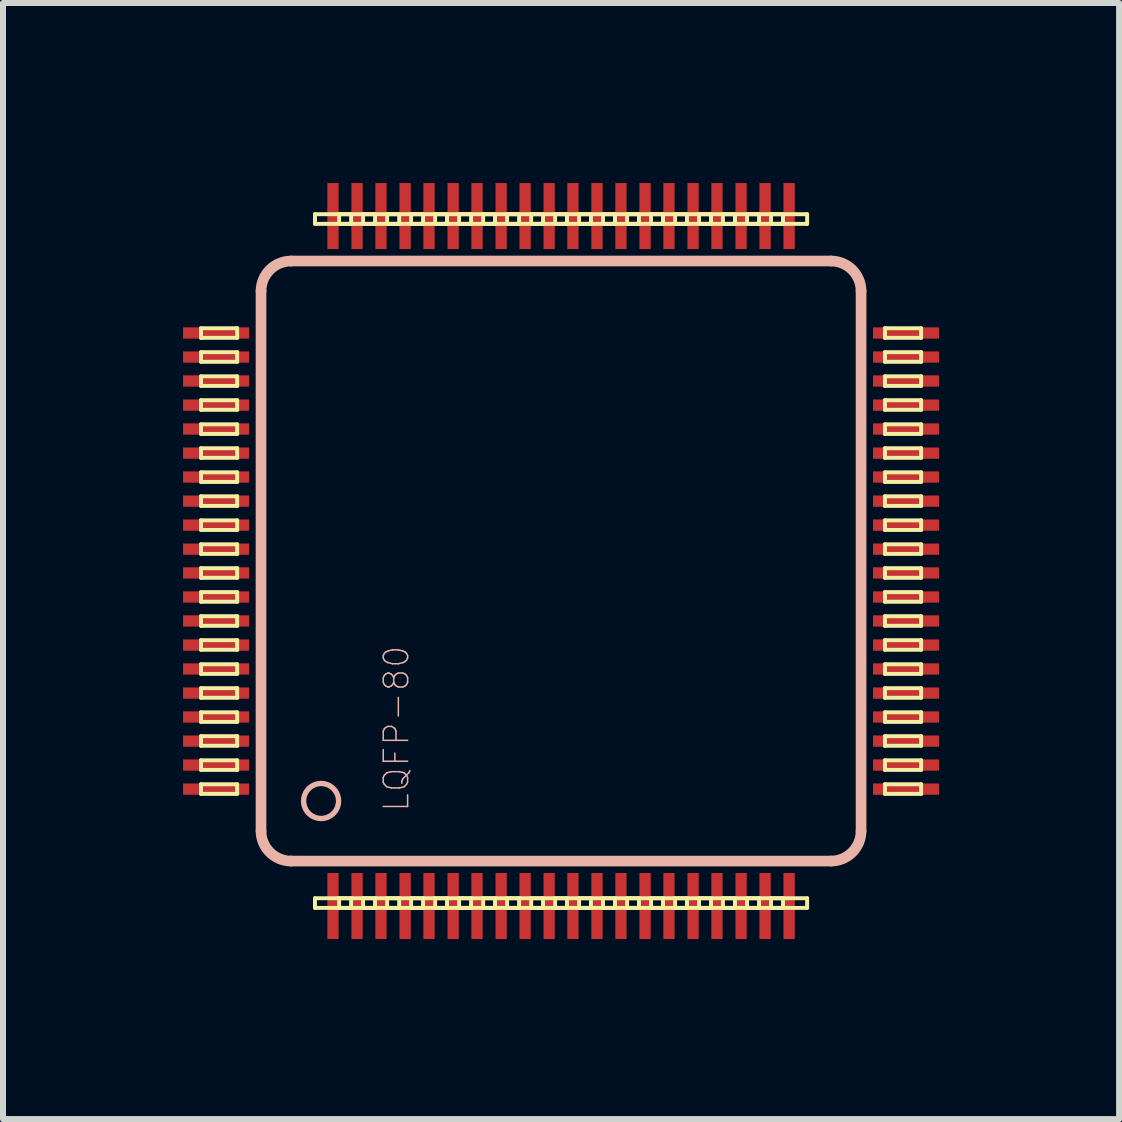
<source format=kicad_pcb>
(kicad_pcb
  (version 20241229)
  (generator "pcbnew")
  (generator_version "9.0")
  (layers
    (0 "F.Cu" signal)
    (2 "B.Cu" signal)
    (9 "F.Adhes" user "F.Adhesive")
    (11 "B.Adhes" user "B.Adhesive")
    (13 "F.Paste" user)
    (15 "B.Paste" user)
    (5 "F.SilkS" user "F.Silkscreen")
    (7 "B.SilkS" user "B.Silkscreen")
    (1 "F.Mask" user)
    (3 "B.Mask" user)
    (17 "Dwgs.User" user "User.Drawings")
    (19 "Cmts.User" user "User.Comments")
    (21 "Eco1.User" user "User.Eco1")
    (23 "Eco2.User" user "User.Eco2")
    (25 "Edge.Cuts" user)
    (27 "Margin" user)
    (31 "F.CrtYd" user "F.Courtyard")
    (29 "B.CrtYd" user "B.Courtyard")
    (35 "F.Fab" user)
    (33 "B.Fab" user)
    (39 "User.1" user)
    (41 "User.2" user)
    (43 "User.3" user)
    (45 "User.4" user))
  (footprint "LQFP-80"
    (layer "F.Cu")
    (at 6.298 6.298)
    (property "Reference" "LQFP-80" (at -2.743 2.794 90) (layer "B.SilkS") (effects (font (size 0.406 0.406) (thickness 0.025))))
    (attr smd)
    (fp_line (start -5.999 -3.879) (end -5.397 -3.879) (stroke (width 0.066) (type solid)) (layer "F.SilkS"))
    (fp_line (start -5.999 -3.719) (end -5.999 -3.879) (stroke (width 0.066) (type solid)) (layer "F.SilkS"))
    (fp_line (start -5.999 -3.719) (end -5.397 -3.719) (stroke (width 0.066) (type solid)) (layer "F.SilkS"))
    (fp_line (start -5.999 -3.48) (end -5.397 -3.48) (stroke (width 0.066) (type solid)) (layer "F.SilkS"))
    (fp_line (start -5.999 -3.32) (end -5.999 -3.48) (stroke (width 0.066) (type solid)) (layer "F.SilkS"))
    (fp_line (start -5.999 -3.32) (end -5.397 -3.32) (stroke (width 0.066) (type solid)) (layer "F.SilkS"))
    (fp_line (start -5.999 -3.078) (end -5.397 -3.078) (stroke (width 0.066) (type solid)) (layer "F.SilkS"))
    (fp_line (start -5.999 -2.918) (end -5.999 -3.078) (stroke (width 0.066) (type solid)) (layer "F.SilkS"))
    (fp_line (start -5.999 -2.918) (end -5.397 -2.918) (stroke (width 0.066) (type solid)) (layer "F.SilkS"))
    (fp_line (start -5.999 -2.68) (end -5.397 -2.68) (stroke (width 0.066) (type solid)) (layer "F.SilkS"))
    (fp_line (start -5.999 -2.52) (end -5.999 -2.68) (stroke (width 0.066) (type solid)) (layer "F.SilkS"))
    (fp_line (start -5.999 -2.52) (end -5.397 -2.52) (stroke (width 0.066) (type solid)) (layer "F.SilkS"))
    (fp_line (start -5.999 -2.278) (end -5.397 -2.278) (stroke (width 0.066) (type solid)) (layer "F.SilkS"))
    (fp_line (start -5.999 -2.118) (end -5.999 -2.278) (stroke (width 0.066) (type solid)) (layer "F.SilkS"))
    (fp_line (start -5.999 -2.118) (end -5.397 -2.118) (stroke (width 0.066) (type solid)) (layer "F.SilkS"))
    (fp_line (start -5.999 -1.88) (end -5.397 -1.88) (stroke (width 0.066) (type solid)) (layer "F.SilkS"))
    (fp_line (start -5.999 -1.72) (end -5.999 -1.88) (stroke (width 0.066) (type solid)) (layer "F.SilkS"))
    (fp_line (start -5.999 -1.72) (end -5.397 -1.72) (stroke (width 0.066) (type solid)) (layer "F.SilkS"))
    (fp_line (start -5.999 -1.478) (end -5.397 -1.478) (stroke (width 0.066) (type solid)) (layer "F.SilkS"))
    (fp_line (start -5.999 -1.318) (end -5.999 -1.478) (stroke (width 0.066) (type solid)) (layer "F.SilkS"))
    (fp_line (start -5.999 -1.318) (end -5.397 -1.318) (stroke (width 0.066) (type solid)) (layer "F.SilkS"))
    (fp_line (start -5.999 -1.079) (end -5.397 -1.079) (stroke (width 0.066) (type solid)) (layer "F.SilkS"))
    (fp_line (start -5.999 -0.919) (end -5.999 -1.079) (stroke (width 0.066) (type solid)) (layer "F.SilkS"))
    (fp_line (start -5.999 -0.919) (end -5.397 -0.919) (stroke (width 0.066) (type solid)) (layer "F.SilkS"))
    (fp_line (start -5.999 -0.678) (end -5.397 -0.678) (stroke (width 0.066) (type solid)) (layer "F.SilkS"))
    (fp_line (start -5.999 -0.518) (end -5.999 -0.678) (stroke (width 0.066) (type solid)) (layer "F.SilkS"))
    (fp_line (start -5.999 -0.518) (end -5.397 -0.518) (stroke (width 0.066) (type solid)) (layer "F.SilkS"))
    (fp_line (start -5.999 -0.279) (end -5.397 -0.279) (stroke (width 0.066) (type solid)) (layer "F.SilkS"))
    (fp_line (start -5.999 -0.119) (end -5.999 -0.279) (stroke (width 0.066) (type solid)) (layer "F.SilkS"))
    (fp_line (start -5.999 -0.119) (end -5.397 -0.119) (stroke (width 0.066) (type solid)) (layer "F.SilkS"))
    (fp_line (start -5.999 0.119) (end -5.397 0.119) (stroke (width 0.066) (type solid)) (layer "F.SilkS"))
    (fp_line (start -5.999 0.279) (end -5.999 0.119) (stroke (width 0.066) (type solid)) (layer "F.SilkS"))
    (fp_line (start -5.999 0.279) (end -5.397 0.279) (stroke (width 0.066) (type solid)) (layer "F.SilkS"))
    (fp_line (start -5.999 0.518) (end -5.397 0.518) (stroke (width 0.066) (type solid)) (layer "F.SilkS"))
    (fp_line (start -5.999 0.678) (end -5.999 0.518) (stroke (width 0.066) (type solid)) (layer "F.SilkS"))
    (fp_line (start -5.999 0.678) (end -5.397 0.678) (stroke (width 0.066) (type solid)) (layer "F.SilkS"))
    (fp_line (start -5.999 0.919) (end -5.397 0.919) (stroke (width 0.066) (type solid)) (layer "F.SilkS"))
    (fp_line (start -5.999 1.079) (end -5.999 0.919) (stroke (width 0.066) (type solid)) (layer "F.SilkS"))
    (fp_line (start -5.999 1.079) (end -5.397 1.079) (stroke (width 0.066) (type solid)) (layer "F.SilkS"))
    (fp_line (start -5.999 1.318) (end -5.397 1.318) (stroke (width 0.066) (type solid)) (layer "F.SilkS"))
    (fp_line (start -5.999 1.478) (end -5.999 1.318) (stroke (width 0.066) (type solid)) (layer "F.SilkS"))
    (fp_line (start -5.999 1.478) (end -5.397 1.478) (stroke (width 0.066) (type solid)) (layer "F.SilkS"))
    (fp_line (start -5.999 1.72) (end -5.397 1.72) (stroke (width 0.066) (type solid)) (layer "F.SilkS"))
    (fp_line (start -5.999 1.88) (end -5.999 1.72) (stroke (width 0.066) (type solid)) (layer "F.SilkS"))
    (fp_line (start -5.999 1.88) (end -5.397 1.88) (stroke (width 0.066) (type solid)) (layer "F.SilkS"))
    (fp_line (start -5.999 2.118) (end -5.397 2.118) (stroke (width 0.066) (type solid)) (layer "F.SilkS"))
    (fp_line (start -5.999 2.278) (end -5.999 2.118) (stroke (width 0.066) (type solid)) (layer "F.SilkS"))
    (fp_line (start -5.999 2.278) (end -5.397 2.278) (stroke (width 0.066) (type solid)) (layer "F.SilkS"))
    (fp_line (start -5.999 2.52) (end -5.397 2.52) (stroke (width 0.066) (type solid)) (layer "F.SilkS"))
    (fp_line (start -5.999 2.68) (end -5.999 2.52) (stroke (width 0.066) (type solid)) (layer "F.SilkS"))
    (fp_line (start -5.999 2.68) (end -5.397 2.68) (stroke (width 0.066) (type solid)) (layer "F.SilkS"))
    (fp_line (start -5.999 2.918) (end -5.397 2.918) (stroke (width 0.066) (type solid)) (layer "F.SilkS"))
    (fp_line (start -5.999 3.078) (end -5.999 2.918) (stroke (width 0.066) (type solid)) (layer "F.SilkS"))
    (fp_line (start -5.999 3.078) (end -5.397 3.078) (stroke (width 0.066) (type solid)) (layer "F.SilkS"))
    (fp_line (start -5.999 3.32) (end -5.397 3.32) (stroke (width 0.066) (type solid)) (layer "F.SilkS"))
    (fp_line (start -5.999 3.48) (end -5.999 3.32) (stroke (width 0.066) (type solid)) (layer "F.SilkS"))
    (fp_line (start -5.999 3.48) (end -5.397 3.48) (stroke (width 0.066) (type solid)) (layer "F.SilkS"))
    (fp_line (start -5.999 3.719) (end -5.397 3.719) (stroke (width 0.066) (type solid)) (layer "F.SilkS"))
    (fp_line (start -5.999 3.879) (end -5.999 3.719) (stroke (width 0.066) (type solid)) (layer "F.SilkS"))
    (fp_line (start -5.999 3.879) (end -5.397 3.879) (stroke (width 0.066) (type solid)) (layer "F.SilkS"))
    (fp_line (start -5.397 -3.719) (end -5.397 -3.879) (stroke (width 0.066) (type solid)) (layer "F.SilkS"))
    (fp_line (start -5.397 -3.32) (end -5.397 -3.48) (stroke (width 0.066) (type solid)) (layer "F.SilkS"))
    (fp_line (start -5.397 -2.918) (end -5.397 -3.078) (stroke (width 0.066) (type solid)) (layer "F.SilkS"))
    (fp_line (start -5.397 -2.52) (end -5.397 -2.68) (stroke (width 0.066) (type solid)) (layer "F.SilkS"))
    (fp_line (start -5.397 -2.118) (end -5.397 -2.278) (stroke (width 0.066) (type solid)) (layer "F.SilkS"))
    (fp_line (start -5.397 -1.72) (end -5.397 -1.88) (stroke (width 0.066) (type solid)) (layer "F.SilkS"))
    (fp_line (start -5.397 -1.318) (end -5.397 -1.478) (stroke (width 0.066) (type solid)) (layer "F.SilkS"))
    (fp_line (start -5.397 -0.919) (end -5.397 -1.079) (stroke (width 0.066) (type solid)) (layer "F.SilkS"))
    (fp_line (start -5.397 -0.518) (end -5.397 -0.678) (stroke (width 0.066) (type solid)) (layer "F.SilkS"))
    (fp_line (start -5.397 -0.119) (end -5.397 -0.279) (stroke (width 0.066) (type solid)) (layer "F.SilkS"))
    (fp_line (start -5.397 0.279) (end -5.397 0.119) (stroke (width 0.066) (type solid)) (layer "F.SilkS"))
    (fp_line (start -5.397 0.678) (end -5.397 0.518) (stroke (width 0.066) (type solid)) (layer "F.SilkS"))
    (fp_line (start -5.397 1.079) (end -5.397 0.919) (stroke (width 0.066) (type solid)) (layer "F.SilkS"))
    (fp_line (start -5.397 1.478) (end -5.397 1.318) (stroke (width 0.066) (type solid)) (layer "F.SilkS"))
    (fp_line (start -5.397 1.88) (end -5.397 1.72) (stroke (width 0.066) (type solid)) (layer "F.SilkS"))
    (fp_line (start -5.397 2.278) (end -5.397 2.118) (stroke (width 0.066) (type solid)) (layer "F.SilkS"))
    (fp_line (start -5.397 2.68) (end -5.397 2.52) (stroke (width 0.066) (type solid)) (layer "F.SilkS"))
    (fp_line (start -5.397 3.078) (end -5.397 2.918) (stroke (width 0.066) (type solid)) (layer "F.SilkS"))
    (fp_line (start -5.397 3.48) (end -5.397 3.32) (stroke (width 0.066) (type solid)) (layer "F.SilkS"))
    (fp_line (start -5.397 3.879) (end -5.397 3.719) (stroke (width 0.066) (type solid)) (layer "F.SilkS"))
    (fp_line (start -4.1 -5.779) (end -3.498 -5.779) (stroke (width 0.066) (type solid)) (layer "F.SilkS"))
    (fp_line (start -4.1 -5.618) (end -4.1 -5.779) (stroke (width 0.066) (type solid)) (layer "F.SilkS"))
    (fp_line (start -4.1 -5.618) (end -3.498 -5.618) (stroke (width 0.066) (type solid)) (layer "F.SilkS"))
    (fp_line (start -4.1 5.618) (end -3.498 5.618) (stroke (width 0.066) (type solid)) (layer "F.SilkS"))
    (fp_line (start -4.1 5.779) (end -4.1 5.618) (stroke (width 0.066) (type solid)) (layer "F.SilkS"))
    (fp_line (start -4.1 5.779) (end -3.498 5.779) (stroke (width 0.066) (type solid)) (layer "F.SilkS"))
    (fp_line (start -3.698 -5.779) (end -3.099 -5.779) (stroke (width 0.066) (type solid)) (layer "F.SilkS"))
    (fp_line (start -3.698 -5.618) (end -3.698 -5.779) (stroke (width 0.066) (type solid)) (layer "F.SilkS"))
    (fp_line (start -3.698 -5.618) (end -3.099 -5.618) (stroke (width 0.066) (type solid)) (layer "F.SilkS"))
    (fp_line (start -3.698 5.618) (end -3.099 5.618) (stroke (width 0.066) (type solid)) (layer "F.SilkS"))
    (fp_line (start -3.698 5.779) (end -3.698 5.618) (stroke (width 0.066) (type solid)) (layer "F.SilkS"))
    (fp_line (start -3.698 5.779) (end -3.099 5.779) (stroke (width 0.066) (type solid)) (layer "F.SilkS"))
    (fp_line (start -3.498 -5.618) (end -3.498 -5.779) (stroke (width 0.066) (type solid)) (layer "F.SilkS"))
    (fp_line (start -3.498 5.779) (end -3.498 5.618) (stroke (width 0.066) (type solid)) (layer "F.SilkS"))
    (fp_line (start -3.299 -5.779) (end -2.697 -5.779) (stroke (width 0.066) (type solid)) (layer "F.SilkS"))
    (fp_line (start -3.299 -5.618) (end -3.299 -5.779) (stroke (width 0.066) (type solid)) (layer "F.SilkS"))
    (fp_line (start -3.299 -5.618) (end -2.697 -5.618) (stroke (width 0.066) (type solid)) (layer "F.SilkS"))
    (fp_line (start -3.299 5.618) (end -2.697 5.618) (stroke (width 0.066) (type solid)) (layer "F.SilkS"))
    (fp_line (start -3.299 5.779) (end -3.299 5.618) (stroke (width 0.066) (type solid)) (layer "F.SilkS"))
    (fp_line (start -3.299 5.779) (end -2.697 5.779) (stroke (width 0.066) (type solid)) (layer "F.SilkS"))
    (fp_line (start -3.099 -5.618) (end -3.099 -5.779) (stroke (width 0.066) (type solid)) (layer "F.SilkS"))
    (fp_line (start -3.099 5.779) (end -3.099 5.618) (stroke (width 0.066) (type solid)) (layer "F.SilkS"))
    (fp_line (start -2.898 -5.779) (end -2.299 -5.779) (stroke (width 0.066) (type solid)) (layer "F.SilkS"))
    (fp_line (start -2.898 -5.618) (end -2.898 -5.779) (stroke (width 0.066) (type solid)) (layer "F.SilkS"))
    (fp_line (start -2.898 -5.618) (end -2.299 -5.618) (stroke (width 0.066) (type solid)) (layer "F.SilkS"))
    (fp_line (start -2.898 5.618) (end -2.299 5.618) (stroke (width 0.066) (type solid)) (layer "F.SilkS"))
    (fp_line (start -2.898 5.779) (end -2.898 5.618) (stroke (width 0.066) (type solid)) (layer "F.SilkS"))
    (fp_line (start -2.898 5.779) (end -2.299 5.779) (stroke (width 0.066) (type solid)) (layer "F.SilkS"))
    (fp_line (start -2.697 -5.618) (end -2.697 -5.779) (stroke (width 0.066) (type solid)) (layer "F.SilkS"))
    (fp_line (start -2.697 5.779) (end -2.697 5.618) (stroke (width 0.066) (type solid)) (layer "F.SilkS"))
    (fp_line (start -2.499 -5.779) (end -1.9 -5.779) (stroke (width 0.066) (type solid)) (layer "F.SilkS"))
    (fp_line (start -2.499 -5.618) (end -2.499 -5.779) (stroke (width 0.066) (type solid)) (layer "F.SilkS"))
    (fp_line (start -2.499 -5.618) (end -1.9 -5.618) (stroke (width 0.066) (type solid)) (layer "F.SilkS"))
    (fp_line (start -2.499 5.618) (end -1.9 5.618) (stroke (width 0.066) (type solid)) (layer "F.SilkS"))
    (fp_line (start -2.499 5.779) (end -2.499 5.618) (stroke (width 0.066) (type solid)) (layer "F.SilkS"))
    (fp_line (start -2.499 5.779) (end -1.9 5.779) (stroke (width 0.066) (type solid)) (layer "F.SilkS"))
    (fp_line (start -2.299 -5.618) (end -2.299 -5.779) (stroke (width 0.066) (type solid)) (layer "F.SilkS"))
    (fp_line (start -2.299 5.779) (end -2.299 5.618) (stroke (width 0.066) (type solid)) (layer "F.SilkS"))
    (fp_line (start -2.098 -5.779) (end -1.499 -5.779) (stroke (width 0.066) (type solid)) (layer "F.SilkS"))
    (fp_line (start -2.098 -5.618) (end -2.098 -5.779) (stroke (width 0.066) (type solid)) (layer "F.SilkS"))
    (fp_line (start -2.098 -5.618) (end -1.499 -5.618) (stroke (width 0.066) (type solid)) (layer "F.SilkS"))
    (fp_line (start -2.098 5.618) (end -1.499 5.618) (stroke (width 0.066) (type solid)) (layer "F.SilkS"))
    (fp_line (start -2.098 5.779) (end -2.098 5.618) (stroke (width 0.066) (type solid)) (layer "F.SilkS"))
    (fp_line (start -2.098 5.779) (end -1.499 5.779) (stroke (width 0.066) (type solid)) (layer "F.SilkS"))
    (fp_line (start -1.9 -5.618) (end -1.9 -5.779) (stroke (width 0.066) (type solid)) (layer "F.SilkS"))
    (fp_line (start -1.9 5.779) (end -1.9 5.618) (stroke (width 0.066) (type solid)) (layer "F.SilkS"))
    (fp_line (start -1.699 -5.779) (end -1.1 -5.779) (stroke (width 0.066) (type solid)) (layer "F.SilkS"))
    (fp_line (start -1.699 -5.618) (end -1.699 -5.779) (stroke (width 0.066) (type solid)) (layer "F.SilkS"))
    (fp_line (start -1.699 -5.618) (end -1.1 -5.618) (stroke (width 0.066) (type solid)) (layer "F.SilkS"))
    (fp_line (start -1.699 5.618) (end -1.1 5.618) (stroke (width 0.066) (type solid)) (layer "F.SilkS"))
    (fp_line (start -1.699 5.779) (end -1.699 5.618) (stroke (width 0.066) (type solid)) (layer "F.SilkS"))
    (fp_line (start -1.699 5.779) (end -1.1 5.779) (stroke (width 0.066) (type solid)) (layer "F.SilkS"))
    (fp_line (start -1.499 -5.618) (end -1.499 -5.779) (stroke (width 0.066) (type solid)) (layer "F.SilkS"))
    (fp_line (start -1.499 5.779) (end -1.499 5.618) (stroke (width 0.066) (type solid)) (layer "F.SilkS"))
    (fp_line (start -1.298 -5.779) (end -0.699 -5.779) (stroke (width 0.066) (type solid)) (layer "F.SilkS"))
    (fp_line (start -1.298 -5.618) (end -1.298 -5.779) (stroke (width 0.066) (type solid)) (layer "F.SilkS"))
    (fp_line (start -1.298 -5.618) (end -0.699 -5.618) (stroke (width 0.066) (type solid)) (layer "F.SilkS"))
    (fp_line (start -1.298 5.618) (end -0.699 5.618) (stroke (width 0.066) (type solid)) (layer "F.SilkS"))
    (fp_line (start -1.298 5.779) (end -1.298 5.618) (stroke (width 0.066) (type solid)) (layer "F.SilkS"))
    (fp_line (start -1.298 5.779) (end -0.699 5.779) (stroke (width 0.066) (type solid)) (layer "F.SilkS"))
    (fp_line (start -1.1 -5.618) (end -1.1 -5.779) (stroke (width 0.066) (type solid)) (layer "F.SilkS"))
    (fp_line (start -1.1 5.779) (end -1.1 5.618) (stroke (width 0.066) (type solid)) (layer "F.SilkS"))
    (fp_line (start -0.899 -5.779) (end -0.3 -5.779) (stroke (width 0.066) (type solid)) (layer "F.SilkS"))
    (fp_line (start -0.899 -5.618) (end -0.899 -5.779) (stroke (width 0.066) (type solid)) (layer "F.SilkS"))
    (fp_line (start -0.899 -5.618) (end -0.3 -5.618) (stroke (width 0.066) (type solid)) (layer "F.SilkS"))
    (fp_line (start -0.899 5.618) (end -0.3 5.618) (stroke (width 0.066) (type solid)) (layer "F.SilkS"))
    (fp_line (start -0.899 5.779) (end -0.899 5.618) (stroke (width 0.066) (type solid)) (layer "F.SilkS"))
    (fp_line (start -0.899 5.779) (end -0.3 5.779) (stroke (width 0.066) (type solid)) (layer "F.SilkS"))
    (fp_line (start -0.699 -5.618) (end -0.699 -5.779) (stroke (width 0.066) (type solid)) (layer "F.SilkS"))
    (fp_line (start -0.699 5.779) (end -0.699 5.618) (stroke (width 0.066) (type solid)) (layer "F.SilkS"))
    (fp_line (start -0.498 -5.779) (end 0.099 -5.779) (stroke (width 0.066) (type solid)) (layer "F.SilkS"))
    (fp_line (start -0.498 -5.618) (end -0.498 -5.779) (stroke (width 0.066) (type solid)) (layer "F.SilkS"))
    (fp_line (start -0.498 -5.618) (end 0.099 -5.618) (stroke (width 0.066) (type solid)) (layer "F.SilkS"))
    (fp_line (start -0.498 5.618) (end 0.099 5.618) (stroke (width 0.066) (type solid)) (layer "F.SilkS"))
    (fp_line (start -0.498 5.779) (end -0.498 5.618) (stroke (width 0.066) (type solid)) (layer "F.SilkS"))
    (fp_line (start -0.498 5.779) (end 0.099 5.779) (stroke (width 0.066) (type solid)) (layer "F.SilkS"))
    (fp_line (start -0.3 -5.618) (end -0.3 -5.779) (stroke (width 0.066) (type solid)) (layer "F.SilkS"))
    (fp_line (start -0.3 5.779) (end -0.3 5.618) (stroke (width 0.066) (type solid)) (layer "F.SilkS"))
    (fp_line (start -0.099 -5.779) (end 0.498 -5.779) (stroke (width 0.066) (type solid)) (layer "F.SilkS"))
    (fp_line (start -0.099 -5.618) (end -0.099 -5.779) (stroke (width 0.066) (type solid)) (layer "F.SilkS"))
    (fp_line (start -0.099 -5.618) (end 0.498 -5.618) (stroke (width 0.066) (type solid)) (layer "F.SilkS"))
    (fp_line (start -0.099 5.618) (end 0.498 5.618) (stroke (width 0.066) (type solid)) (layer "F.SilkS"))
    (fp_line (start -0.099 5.779) (end -0.099 5.618) (stroke (width 0.066) (type solid)) (layer "F.SilkS"))
    (fp_line (start -0.099 5.779) (end 0.498 5.779) (stroke (width 0.066) (type solid)) (layer "F.SilkS"))
    (fp_line (start 0.099 -5.618) (end 0.099 -5.779) (stroke (width 0.066) (type solid)) (layer "F.SilkS"))
    (fp_line (start 0.099 5.779) (end 0.099 5.618) (stroke (width 0.066) (type solid)) (layer "F.SilkS"))
    (fp_line (start 0.3 -5.779) (end 0.899 -5.779) (stroke (width 0.066) (type solid)) (layer "F.SilkS"))
    (fp_line (start 0.3 -5.618) (end 0.3 -5.779) (stroke (width 0.066) (type solid)) (layer "F.SilkS"))
    (fp_line (start 0.3 -5.618) (end 0.899 -5.618) (stroke (width 0.066) (type solid)) (layer "F.SilkS"))
    (fp_line (start 0.3 5.618) (end 0.899 5.618) (stroke (width 0.066) (type solid)) (layer "F.SilkS"))
    (fp_line (start 0.3 5.779) (end 0.3 5.618) (stroke (width 0.066) (type solid)) (layer "F.SilkS"))
    (fp_line (start 0.3 5.779) (end 0.899 5.779) (stroke (width 0.066) (type solid)) (layer "F.SilkS"))
    (fp_line (start 0.498 -5.618) (end 0.498 -5.779) (stroke (width 0.066) (type solid)) (layer "F.SilkS"))
    (fp_line (start 0.498 5.779) (end 0.498 5.618) (stroke (width 0.066) (type solid)) (layer "F.SilkS"))
    (fp_line (start 0.699 -5.779) (end 1.298 -5.779) (stroke (width 0.066) (type solid)) (layer "F.SilkS"))
    (fp_line (start 0.699 -5.618) (end 0.699 -5.779) (stroke (width 0.066) (type solid)) (layer "F.SilkS"))
    (fp_line (start 0.699 -5.618) (end 1.298 -5.618) (stroke (width 0.066) (type solid)) (layer "F.SilkS"))
    (fp_line (start 0.699 5.618) (end 1.298 5.618) (stroke (width 0.066) (type solid)) (layer "F.SilkS"))
    (fp_line (start 0.699 5.779) (end 0.699 5.618) (stroke (width 0.066) (type solid)) (layer "F.SilkS"))
    (fp_line (start 0.699 5.779) (end 1.298 5.779) (stroke (width 0.066) (type solid)) (layer "F.SilkS"))
    (fp_line (start 0.899 -5.618) (end 0.899 -5.779) (stroke (width 0.066) (type solid)) (layer "F.SilkS"))
    (fp_line (start 0.899 5.779) (end 0.899 5.618) (stroke (width 0.066) (type solid)) (layer "F.SilkS"))
    (fp_line (start 1.1 -5.779) (end 1.699 -5.779) (stroke (width 0.066) (type solid)) (layer "F.SilkS"))
    (fp_line (start 1.1 -5.618) (end 1.1 -5.779) (stroke (width 0.066) (type solid)) (layer "F.SilkS"))
    (fp_line (start 1.1 -5.618) (end 1.699 -5.618) (stroke (width 0.066) (type solid)) (layer "F.SilkS"))
    (fp_line (start 1.1 5.618) (end 1.699 5.618) (stroke (width 0.066) (type solid)) (layer "F.SilkS"))
    (fp_line (start 1.1 5.779) (end 1.1 5.618) (stroke (width 0.066) (type solid)) (layer "F.SilkS"))
    (fp_line (start 1.1 5.779) (end 1.699 5.779) (stroke (width 0.066) (type solid)) (layer "F.SilkS"))
    (fp_line (start 1.298 -5.618) (end 1.298 -5.779) (stroke (width 0.066) (type solid)) (layer "F.SilkS"))
    (fp_line (start 1.298 5.779) (end 1.298 5.618) (stroke (width 0.066) (type solid)) (layer "F.SilkS"))
    (fp_line (start 1.499 -5.779) (end 2.098 -5.779) (stroke (width 0.066) (type solid)) (layer "F.SilkS"))
    (fp_line (start 1.499 -5.618) (end 1.499 -5.779) (stroke (width 0.066) (type solid)) (layer "F.SilkS"))
    (fp_line (start 1.499 -5.618) (end 2.098 -5.618) (stroke (width 0.066) (type solid)) (layer "F.SilkS"))
    (fp_line (start 1.499 5.618) (end 2.098 5.618) (stroke (width 0.066) (type solid)) (layer "F.SilkS"))
    (fp_line (start 1.499 5.779) (end 1.499 5.618) (stroke (width 0.066) (type solid)) (layer "F.SilkS"))
    (fp_line (start 1.499 5.779) (end 2.098 5.779) (stroke (width 0.066) (type solid)) (layer "F.SilkS"))
    (fp_line (start 1.699 -5.618) (end 1.699 -5.779) (stroke (width 0.066) (type solid)) (layer "F.SilkS"))
    (fp_line (start 1.699 5.779) (end 1.699 5.618) (stroke (width 0.066) (type solid)) (layer "F.SilkS"))
    (fp_line (start 1.9 -5.779) (end 2.499 -5.779) (stroke (width 0.066) (type solid)) (layer "F.SilkS"))
    (fp_line (start 1.9 -5.618) (end 1.9 -5.779) (stroke (width 0.066) (type solid)) (layer "F.SilkS"))
    (fp_line (start 1.9 -5.618) (end 2.499 -5.618) (stroke (width 0.066) (type solid)) (layer "F.SilkS"))
    (fp_line (start 1.9 5.618) (end 2.499 5.618) (stroke (width 0.066) (type solid)) (layer "F.SilkS"))
    (fp_line (start 1.9 5.779) (end 1.9 5.618) (stroke (width 0.066) (type solid)) (layer "F.SilkS"))
    (fp_line (start 1.9 5.779) (end 2.499 5.779) (stroke (width 0.066) (type solid)) (layer "F.SilkS"))
    (fp_line (start 2.098 -5.618) (end 2.098 -5.779) (stroke (width 0.066) (type solid)) (layer "F.SilkS"))
    (fp_line (start 2.098 5.779) (end 2.098 5.618) (stroke (width 0.066) (type solid)) (layer "F.SilkS"))
    (fp_line (start 2.299 -5.779) (end 2.898 -5.779) (stroke (width 0.066) (type solid)) (layer "F.SilkS"))
    (fp_line (start 2.299 -5.618) (end 2.299 -5.779) (stroke (width 0.066) (type solid)) (layer "F.SilkS"))
    (fp_line (start 2.299 -5.618) (end 2.898 -5.618) (stroke (width 0.066) (type solid)) (layer "F.SilkS"))
    (fp_line (start 2.299 5.618) (end 2.898 5.618) (stroke (width 0.066) (type solid)) (layer "F.SilkS"))
    (fp_line (start 2.299 5.779) (end 2.299 5.618) (stroke (width 0.066) (type solid)) (layer "F.SilkS"))
    (fp_line (start 2.299 5.779) (end 2.898 5.779) (stroke (width 0.066) (type solid)) (layer "F.SilkS"))
    (fp_line (start 2.499 -5.618) (end 2.499 -5.779) (stroke (width 0.066) (type solid)) (layer "F.SilkS"))
    (fp_line (start 2.499 5.779) (end 2.499 5.618) (stroke (width 0.066) (type solid)) (layer "F.SilkS"))
    (fp_line (start 2.697 -5.779) (end 3.299 -5.779) (stroke (width 0.066) (type solid)) (layer "F.SilkS"))
    (fp_line (start 2.697 -5.618) (end 2.697 -5.779) (stroke (width 0.066) (type solid)) (layer "F.SilkS"))
    (fp_line (start 2.697 -5.618) (end 3.299 -5.618) (stroke (width 0.066) (type solid)) (layer "F.SilkS"))
    (fp_line (start 2.697 5.618) (end 3.299 5.618) (stroke (width 0.066) (type solid)) (layer "F.SilkS"))
    (fp_line (start 2.697 5.779) (end 2.697 5.618) (stroke (width 0.066) (type solid)) (layer "F.SilkS"))
    (fp_line (start 2.697 5.779) (end 3.299 5.779) (stroke (width 0.066) (type solid)) (layer "F.SilkS"))
    (fp_line (start 2.898 -5.618) (end 2.898 -5.779) (stroke (width 0.066) (type solid)) (layer "F.SilkS"))
    (fp_line (start 2.898 5.779) (end 2.898 5.618) (stroke (width 0.066) (type solid)) (layer "F.SilkS"))
    (fp_line (start 3.099 -5.779) (end 3.698 -5.779) (stroke (width 0.066) (type solid)) (layer "F.SilkS"))
    (fp_line (start 3.099 -5.618) (end 3.099 -5.779) (stroke (width 0.066) (type solid)) (layer "F.SilkS"))
    (fp_line (start 3.099 -5.618) (end 3.698 -5.618) (stroke (width 0.066) (type solid)) (layer "F.SilkS"))
    (fp_line (start 3.099 5.618) (end 3.698 5.618) (stroke (width 0.066) (type solid)) (layer "F.SilkS"))
    (fp_line (start 3.099 5.779) (end 3.099 5.618) (stroke (width 0.066) (type solid)) (layer "F.SilkS"))
    (fp_line (start 3.099 5.779) (end 3.698 5.779) (stroke (width 0.066) (type solid)) (layer "F.SilkS"))
    (fp_line (start 3.299 -5.618) (end 3.299 -5.779) (stroke (width 0.066) (type solid)) (layer "F.SilkS"))
    (fp_line (start 3.299 5.779) (end 3.299 5.618) (stroke (width 0.066) (type solid)) (layer "F.SilkS"))
    (fp_line (start 3.498 -5.779) (end 4.1 -5.779) (stroke (width 0.066) (type solid)) (layer "F.SilkS"))
    (fp_line (start 3.498 -5.618) (end 3.498 -5.779) (stroke (width 0.066) (type solid)) (layer "F.SilkS"))
    (fp_line (start 3.498 -5.618) (end 4.1 -5.618) (stroke (width 0.066) (type solid)) (layer "F.SilkS"))
    (fp_line (start 3.498 5.618) (end 4.1 5.618) (stroke (width 0.066) (type solid)) (layer "F.SilkS"))
    (fp_line (start 3.498 5.779) (end 3.498 5.618) (stroke (width 0.066) (type solid)) (layer "F.SilkS"))
    (fp_line (start 3.498 5.779) (end 4.1 5.779) (stroke (width 0.066) (type solid)) (layer "F.SilkS"))
    (fp_line (start 3.698 -5.618) (end 3.698 -5.779) (stroke (width 0.066) (type solid)) (layer "F.SilkS"))
    (fp_line (start 3.698 5.779) (end 3.698 5.618) (stroke (width 0.066) (type solid)) (layer "F.SilkS"))
    (fp_line (start 4.1 -5.618) (end 4.1 -5.779) (stroke (width 0.066) (type solid)) (layer "F.SilkS"))
    (fp_line (start 4.1 5.779) (end 4.1 5.618) (stroke (width 0.066) (type solid)) (layer "F.SilkS"))
    (fp_line (start 5.397 -3.879) (end 5.999 -3.879) (stroke (width 0.066) (type solid)) (layer "F.SilkS"))
    (fp_line (start 5.397 -3.719) (end 5.397 -3.879) (stroke (width 0.066) (type solid)) (layer "F.SilkS"))
    (fp_line (start 5.397 -3.719) (end 5.999 -3.719) (stroke (width 0.066) (type solid)) (layer "F.SilkS"))
    (fp_line (start 5.397 -3.48) (end 5.999 -3.48) (stroke (width 0.066) (type solid)) (layer "F.SilkS"))
    (fp_line (start 5.397 -3.32) (end 5.397 -3.48) (stroke (width 0.066) (type solid)) (layer "F.SilkS"))
    (fp_line (start 5.397 -3.32) (end 5.999 -3.32) (stroke (width 0.066) (type solid)) (layer "F.SilkS"))
    (fp_line (start 5.397 -3.078) (end 5.999 -3.078) (stroke (width 0.066) (type solid)) (layer "F.SilkS"))
    (fp_line (start 5.397 -2.918) (end 5.397 -3.078) (stroke (width 0.066) (type solid)) (layer "F.SilkS"))
    (fp_line (start 5.397 -2.918) (end 5.999 -2.918) (stroke (width 0.066) (type solid)) (layer "F.SilkS"))
    (fp_line (start 5.397 -2.68) (end 5.999 -2.68) (stroke (width 0.066) (type solid)) (layer "F.SilkS"))
    (fp_line (start 5.397 -2.52) (end 5.397 -2.68) (stroke (width 0.066) (type solid)) (layer "F.SilkS"))
    (fp_line (start 5.397 -2.52) (end 5.999 -2.52) (stroke (width 0.066) (type solid)) (layer "F.SilkS"))
    (fp_line (start 5.397 -2.278) (end 5.999 -2.278) (stroke (width 0.066) (type solid)) (layer "F.SilkS"))
    (fp_line (start 5.397 -2.118) (end 5.397 -2.278) (stroke (width 0.066) (type solid)) (layer "F.SilkS"))
    (fp_line (start 5.397 -2.118) (end 5.999 -2.118) (stroke (width 0.066) (type solid)) (layer "F.SilkS"))
    (fp_line (start 5.397 -1.88) (end 5.999 -1.88) (stroke (width 0.066) (type solid)) (layer "F.SilkS"))
    (fp_line (start 5.397 -1.72) (end 5.397 -1.88) (stroke (width 0.066) (type solid)) (layer "F.SilkS"))
    (fp_line (start 5.397 -1.72) (end 5.999 -1.72) (stroke (width 0.066) (type solid)) (layer "F.SilkS"))
    (fp_line (start 5.397 -1.478) (end 5.999 -1.478) (stroke (width 0.066) (type solid)) (layer "F.SilkS"))
    (fp_line (start 5.397 -1.318) (end 5.397 -1.478) (stroke (width 0.066) (type solid)) (layer "F.SilkS"))
    (fp_line (start 5.397 -1.318) (end 5.999 -1.318) (stroke (width 0.066) (type solid)) (layer "F.SilkS"))
    (fp_line (start 5.397 -1.079) (end 5.999 -1.079) (stroke (width 0.066) (type solid)) (layer "F.SilkS"))
    (fp_line (start 5.397 -0.919) (end 5.397 -1.079) (stroke (width 0.066) (type solid)) (layer "F.SilkS"))
    (fp_line (start 5.397 -0.919) (end 5.999 -0.919) (stroke (width 0.066) (type solid)) (layer "F.SilkS"))
    (fp_line (start 5.397 -0.678) (end 5.999 -0.678) (stroke (width 0.066) (type solid)) (layer "F.SilkS"))
    (fp_line (start 5.397 -0.518) (end 5.397 -0.678) (stroke (width 0.066) (type solid)) (layer "F.SilkS"))
    (fp_line (start 5.397 -0.518) (end 5.999 -0.518) (stroke (width 0.066) (type solid)) (layer "F.SilkS"))
    (fp_line (start 5.397 -0.279) (end 5.999 -0.279) (stroke (width 0.066) (type solid)) (layer "F.SilkS"))
    (fp_line (start 5.397 -0.119) (end 5.397 -0.279) (stroke (width 0.066) (type solid)) (layer "F.SilkS"))
    (fp_line (start 5.397 -0.119) (end 5.999 -0.119) (stroke (width 0.066) (type solid)) (layer "F.SilkS"))
    (fp_line (start 5.397 0.119) (end 5.999 0.119) (stroke (width 0.066) (type solid)) (layer "F.SilkS"))
    (fp_line (start 5.397 0.279) (end 5.397 0.119) (stroke (width 0.066) (type solid)) (layer "F.SilkS"))
    (fp_line (start 5.397 0.279) (end 5.999 0.279) (stroke (width 0.066) (type solid)) (layer "F.SilkS"))
    (fp_line (start 5.397 0.518) (end 5.999 0.518) (stroke (width 0.066) (type solid)) (layer "F.SilkS"))
    (fp_line (start 5.397 0.678) (end 5.397 0.518) (stroke (width 0.066) (type solid)) (layer "F.SilkS"))
    (fp_line (start 5.397 0.678) (end 5.999 0.678) (stroke (width 0.066) (type solid)) (layer "F.SilkS"))
    (fp_line (start 5.397 0.919) (end 5.999 0.919) (stroke (width 0.066) (type solid)) (layer "F.SilkS"))
    (fp_line (start 5.397 1.079) (end 5.397 0.919) (stroke (width 0.066) (type solid)) (layer "F.SilkS"))
    (fp_line (start 5.397 1.079) (end 5.999 1.079) (stroke (width 0.066) (type solid)) (layer "F.SilkS"))
    (fp_line (start 5.397 1.318) (end 5.999 1.318) (stroke (width 0.066) (type solid)) (layer "F.SilkS"))
    (fp_line (start 5.397 1.478) (end 5.397 1.318) (stroke (width 0.066) (type solid)) (layer "F.SilkS"))
    (fp_line (start 5.397 1.478) (end 5.999 1.478) (stroke (width 0.066) (type solid)) (layer "F.SilkS"))
    (fp_line (start 5.397 1.72) (end 5.999 1.72) (stroke (width 0.066) (type solid)) (layer "F.SilkS"))
    (fp_line (start 5.397 1.88) (end 5.397 1.72) (stroke (width 0.066) (type solid)) (layer "F.SilkS"))
    (fp_line (start 5.397 1.88) (end 5.999 1.88) (stroke (width 0.066) (type solid)) (layer "F.SilkS"))
    (fp_line (start 5.397 2.118) (end 5.999 2.118) (stroke (width 0.066) (type solid)) (layer "F.SilkS"))
    (fp_line (start 5.397 2.278) (end 5.397 2.118) (stroke (width 0.066) (type solid)) (layer "F.SilkS"))
    (fp_line (start 5.397 2.278) (end 5.999 2.278) (stroke (width 0.066) (type solid)) (layer "F.SilkS"))
    (fp_line (start 5.397 2.52) (end 5.999 2.52) (stroke (width 0.066) (type solid)) (layer "F.SilkS"))
    (fp_line (start 5.397 2.68) (end 5.397 2.52) (stroke (width 0.066) (type solid)) (layer "F.SilkS"))
    (fp_line (start 5.397 2.68) (end 5.999 2.68) (stroke (width 0.066) (type solid)) (layer "F.SilkS"))
    (fp_line (start 5.397 2.918) (end 5.999 2.918) (stroke (width 0.066) (type solid)) (layer "F.SilkS"))
    (fp_line (start 5.397 3.078) (end 5.397 2.918) (stroke (width 0.066) (type solid)) (layer "F.SilkS"))
    (fp_line (start 5.397 3.078) (end 5.999 3.078) (stroke (width 0.066) (type solid)) (layer "F.SilkS"))
    (fp_line (start 5.397 3.32) (end 5.999 3.32) (stroke (width 0.066) (type solid)) (layer "F.SilkS"))
    (fp_line (start 5.397 3.48) (end 5.397 3.32) (stroke (width 0.066) (type solid)) (layer "F.SilkS"))
    (fp_line (start 5.397 3.48) (end 5.999 3.48) (stroke (width 0.066) (type solid)) (layer "F.SilkS"))
    (fp_line (start 5.397 3.719) (end 5.999 3.719) (stroke (width 0.066) (type solid)) (layer "F.SilkS"))
    (fp_line (start 5.397 3.879) (end 5.397 3.719) (stroke (width 0.066) (type solid)) (layer "F.SilkS"))
    (fp_line (start 5.397 3.879) (end 5.999 3.879) (stroke (width 0.066) (type solid)) (layer "F.SilkS"))
    (fp_line (start 5.999 -3.719) (end 5.999 -3.879) (stroke (width 0.066) (type solid)) (layer "F.SilkS"))
    (fp_line (start 5.999 -3.32) (end 5.999 -3.48) (stroke (width 0.066) (type solid)) (layer "F.SilkS"))
    (fp_line (start 5.999 -2.918) (end 5.999 -3.078) (stroke (width 0.066) (type solid)) (layer "F.SilkS"))
    (fp_line (start 5.999 -2.52) (end 5.999 -2.68) (stroke (width 0.066) (type solid)) (layer "F.SilkS"))
    (fp_line (start 5.999 -2.118) (end 5.999 -2.278) (stroke (width 0.066) (type solid)) (layer "F.SilkS"))
    (fp_line (start 5.999 -1.72) (end 5.999 -1.88) (stroke (width 0.066) (type solid)) (layer "F.SilkS"))
    (fp_line (start 5.999 -1.318) (end 5.999 -1.478) (stroke (width 0.066) (type solid)) (layer "F.SilkS"))
    (fp_line (start 5.999 -0.919) (end 5.999 -1.079) (stroke (width 0.066) (type solid)) (layer "F.SilkS"))
    (fp_line (start 5.999 -0.518) (end 5.999 -0.678) (stroke (width 0.066) (type solid)) (layer "F.SilkS"))
    (fp_line (start 5.999 -0.119) (end 5.999 -0.279) (stroke (width 0.066) (type solid)) (layer "F.SilkS"))
    (fp_line (start 5.999 0.279) (end 5.999 0.119) (stroke (width 0.066) (type solid)) (layer "F.SilkS"))
    (fp_line (start 5.999 0.678) (end 5.999 0.518) (stroke (width 0.066) (type solid)) (layer "F.SilkS"))
    (fp_line (start 5.999 1.079) (end 5.999 0.919) (stroke (width 0.066) (type solid)) (layer "F.SilkS"))
    (fp_line (start 5.999 1.478) (end 5.999 1.318) (stroke (width 0.066) (type solid)) (layer "F.SilkS"))
    (fp_line (start 5.999 1.88) (end 5.999 1.72) (stroke (width 0.066) (type solid)) (layer "F.SilkS"))
    (fp_line (start 5.999 2.278) (end 5.999 2.118) (stroke (width 0.066) (type solid)) (layer "F.SilkS"))
    (fp_line (start 5.999 2.68) (end 5.999 2.52) (stroke (width 0.066) (type solid)) (layer "F.SilkS"))
    (fp_line (start 5.999 3.078) (end 5.999 2.918) (stroke (width 0.066) (type solid)) (layer "F.SilkS"))
    (fp_line (start 5.999 3.48) (end 5.999 3.32) (stroke (width 0.066) (type solid)) (layer "F.SilkS"))
    (fp_line (start 5.999 3.879) (end 5.999 3.719) (stroke (width 0.066) (type solid)) (layer "F.SilkS"))
    (fp_line (start -4.999 -4.498) (end -4.999 4.498) (stroke (width 0.178) (type solid)) (layer "B.SilkS"))
    (fp_line (start -4.498 4.999) (end 4.498 4.999) (stroke (width 0.178) (type solid)) (layer "B.SilkS"))
    (fp_line (start 4.498 -4.999) (end -4.498 -4.999) (stroke (width 0.178) (type solid)) (layer "B.SilkS"))
    (fp_line (start 4.999 4.498) (end 4.999 -4.498) (stroke (width 0.178) (type solid)) (layer "B.SilkS"))
    (fp_arc (start -4.99872 -4.49834) (mid -4.852162 -4.852162) (end -4.49834 -4.99872) (stroke (width 0.1778) (type solid)) (layer "B.SilkS"))
    (fp_arc (start -4.49834 4.99872) (mid -4.852162 4.852162) (end -4.99872 4.49834) (stroke (width 0.1778) (type solid)) (layer "B.SilkS"))
    (fp_arc (start 4.49834 -4.99872) (mid 4.852162 -4.852162) (end 4.99872 -4.49834) (stroke (width 0.1778) (type solid)) (layer "B.SilkS"))
    (fp_arc (start 4.99872 4.49834) (mid 4.852162 4.852162) (end 4.49834 4.99872) (stroke (width 0.1778) (type solid)) (layer "B.SilkS"))
    (fp_circle (center -3.998 3.998) (end -4.204 4.204) (stroke (width 0.089) (type solid)) (fill no) (layer "B.SilkS"))
    (pad "1" smd rect (at -3.8 5.748 90) (size 1.1 0.188) (layers "F.Cu" "F.Mask" "F.Paste"))
    (pad "2" smd rect (at -3.399 5.748 90) (size 1.1 0.188) (layers "F.Cu" "F.Mask" "F.Paste"))
    (pad "3" smd rect (at -3 5.748 90) (size 1.1 0.188) (layers "F.Cu" "F.Mask" "F.Paste"))
    (pad "4" smd rect (at -2.598 5.748 90) (size 1.1 0.188) (layers "F.Cu" "F.Mask" "F.Paste"))
    (pad "5" smd rect (at -2.2 5.748 90) (size 1.1 0.188) (layers "F.Cu" "F.Mask" "F.Paste"))
    (pad "6" smd rect (at -1.798 5.748 90) (size 1.1 0.188) (layers "F.Cu" "F.Mask" "F.Paste"))
    (pad "7" smd rect (at -1.4 5.748 90) (size 1.1 0.188) (layers "F.Cu" "F.Mask" "F.Paste"))
    (pad "8" smd rect (at -0.998 5.748 90) (size 1.1 0.188) (layers "F.Cu" "F.Mask" "F.Paste"))
    (pad "9" smd rect (at -0.599 5.748 90) (size 1.1 0.188) (layers "F.Cu" "F.Mask" "F.Paste"))
    (pad "10" smd rect (at -0.198 5.748 90) (size 1.1 0.188) (layers "F.Cu" "F.Mask" "F.Paste"))
    (pad "11" smd rect (at 0.198 5.748 90) (size 1.1 0.188) (layers "F.Cu" "F.Mask" "F.Paste"))
    (pad "12" smd rect (at 0.599 5.748 90) (size 1.1 0.188) (layers "F.Cu" "F.Mask" "F.Paste"))
    (pad "13" smd rect (at 0.998 5.748 90) (size 1.1 0.188) (layers "F.Cu" "F.Mask" "F.Paste"))
    (pad "14" smd rect (at 1.4 5.748 90) (size 1.1 0.188) (layers "F.Cu" "F.Mask" "F.Paste"))
    (pad "15" smd rect (at 1.798 5.748 90) (size 1.1 0.188) (layers "F.Cu" "F.Mask" "F.Paste"))
    (pad "16" smd rect (at 2.2 5.748 90) (size 1.1 0.188) (layers "F.Cu" "F.Mask" "F.Paste"))
    (pad "17" smd rect (at 2.598 5.748 90) (size 1.1 0.188) (layers "F.Cu" "F.Mask" "F.Paste"))
    (pad "18" smd rect (at 3 5.748 90) (size 1.1 0.188) (layers "F.Cu" "F.Mask" "F.Paste"))
    (pad "19" smd rect (at 3.399 5.748 90) (size 1.1 0.188) (layers "F.Cu" "F.Mask" "F.Paste"))
    (pad "20" smd rect (at 3.8 5.748 90) (size 1.1 0.188) (layers "F.Cu" "F.Mask" "F.Paste"))
    (pad "21" smd rect (at 5.748 3.8 180) (size 1.1 0.188) (layers "F.Cu" "F.Mask" "F.Paste"))
    (pad "22" smd rect (at 5.748 3.399 180) (size 1.1 0.188) (layers "F.Cu" "F.Mask" "F.Paste"))
    (pad "23" smd rect (at 5.748 3 180) (size 1.1 0.188) (layers "F.Cu" "F.Mask" "F.Paste"))
    (pad "24" smd rect (at 5.748 2.598 180) (size 1.1 0.188) (layers "F.Cu" "F.Mask" "F.Paste"))
    (pad "25" smd rect (at 5.748 2.2 180) (size 1.1 0.188) (layers "F.Cu" "F.Mask" "F.Paste"))
    (pad "26" smd rect (at 5.748 1.798 180) (size 1.1 0.188) (layers "F.Cu" "F.Mask" "F.Paste"))
    (pad "27" smd rect (at 5.748 1.4 180) (size 1.1 0.188) (layers "F.Cu" "F.Mask" "F.Paste"))
    (pad "28" smd rect (at 5.748 0.998 180) (size 1.1 0.188) (layers "F.Cu" "F.Mask" "F.Paste"))
    (pad "29" smd rect (at 5.748 0.599 180) (size 1.1 0.188) (layers "F.Cu" "F.Mask" "F.Paste"))
    (pad "30" smd rect (at 5.748 0.198 180) (size 1.1 0.188) (layers "F.Cu" "F.Mask" "F.Paste"))
    (pad "31" smd rect (at 5.748 -0.198 180) (size 1.1 0.188) (layers "F.Cu" "F.Mask" "F.Paste"))
    (pad "32" smd rect (at 5.748 -0.599 180) (size 1.1 0.188) (layers "F.Cu" "F.Mask" "F.Paste"))
    (pad "33" smd rect (at 5.748 -0.998 180) (size 1.1 0.188) (layers "F.Cu" "F.Mask" "F.Paste"))
    (pad "34" smd rect (at 5.748 -1.4 180) (size 1.1 0.188) (layers "F.Cu" "F.Mask" "F.Paste"))
    (pad "35" smd rect (at 5.748 -1.798 180) (size 1.1 0.188) (layers "F.Cu" "F.Mask" "F.Paste"))
    (pad "36" smd rect (at 5.748 -2.2 180) (size 1.1 0.188) (layers "F.Cu" "F.Mask" "F.Paste"))
    (pad "37" smd rect (at 5.748 -2.598 180) (size 1.1 0.188) (layers "F.Cu" "F.Mask" "F.Paste"))
    (pad "38" smd rect (at 5.748 -3 180) (size 1.1 0.188) (layers "F.Cu" "F.Mask" "F.Paste"))
    (pad "39" smd rect (at 5.748 -3.399 180) (size 1.1 0.188) (layers "F.Cu" "F.Mask" "F.Paste"))
    (pad "40" smd rect (at 5.748 -3.8 180) (size 1.1 0.188) (layers "F.Cu" "F.Mask" "F.Paste"))
    (pad "41" smd rect (at 3.8 -5.748 270) (size 1.1 0.188) (layers "F.Cu" "F.Mask" "F.Paste"))
    (pad "42" smd rect (at 3.399 -5.748 270) (size 1.1 0.188) (layers "F.Cu" "F.Mask" "F.Paste"))
    (pad "43" smd rect (at 3 -5.748 270) (size 1.1 0.188) (layers "F.Cu" "F.Mask" "F.Paste"))
    (pad "44" smd rect (at 2.598 -5.748 270) (size 1.1 0.188) (layers "F.Cu" "F.Mask" "F.Paste"))
    (pad "45" smd rect (at 2.2 -5.748 270) (size 1.1 0.188) (layers "F.Cu" "F.Mask" "F.Paste"))
    (pad "46" smd rect (at 1.798 -5.748 270) (size 1.1 0.188) (layers "F.Cu" "F.Mask" "F.Paste"))
    (pad "47" smd rect (at 1.4 -5.748 270) (size 1.1 0.188) (layers "F.Cu" "F.Mask" "F.Paste"))
    (pad "48" smd rect (at 0.998 -5.748 270) (size 1.1 0.188) (layers "F.Cu" "F.Mask" "F.Paste"))
    (pad "49" smd rect (at 0.599 -5.748 270) (size 1.1 0.188) (layers "F.Cu" "F.Mask" "F.Paste"))
    (pad "50" smd rect (at 0.198 -5.748 270) (size 1.1 0.188) (layers "F.Cu" "F.Mask" "F.Paste"))
    (pad "51" smd rect (at -0.198 -5.748 270) (size 1.1 0.188) (layers "F.Cu" "F.Mask" "F.Paste"))
    (pad "52" smd rect (at -0.599 -5.748 270) (size 1.1 0.188) (layers "F.Cu" "F.Mask" "F.Paste"))
    (pad "53" smd rect (at -0.998 -5.748 270) (size 1.1 0.188) (layers "F.Cu" "F.Mask" "F.Paste"))
    (pad "54" smd rect (at -1.4 -5.748 270) (size 1.1 0.188) (layers "F.Cu" "F.Mask" "F.Paste"))
    (pad "55" smd rect (at -1.798 -5.748 270) (size 1.1 0.188) (layers "F.Cu" "F.Mask" "F.Paste"))
    (pad "56" smd rect (at -2.2 -5.748 270) (size 1.1 0.188) (layers "F.Cu" "F.Mask" "F.Paste"))
    (pad "57" smd rect (at -2.598 -5.748 270) (size 1.1 0.188) (layers "F.Cu" "F.Mask" "F.Paste"))
    (pad "58" smd rect (at -3 -5.748 270) (size 1.1 0.188) (layers "F.Cu" "F.Mask" "F.Paste"))
    (pad "59" smd rect (at -3.399 -5.748 270) (size 1.1 0.188) (layers "F.Cu" "F.Mask" "F.Paste"))
    (pad "60" smd rect (at -3.8 -5.748 270) (size 1.1 0.188) (layers "F.Cu" "F.Mask" "F.Paste"))
    (pad "61" smd rect (at -5.748 -3.8) (size 1.1 0.188) (layers "F.Cu" "F.Mask" "F.Paste"))
    (pad "62" smd rect (at -5.748 -3.399) (size 1.1 0.188) (layers "F.Cu" "F.Mask" "F.Paste"))
    (pad "63" smd rect (at -5.748 -3) (size 1.1 0.188) (layers "F.Cu" "F.Mask" "F.Paste"))
    (pad "64" smd rect (at -5.748 -2.598) (size 1.1 0.188) (layers "F.Cu" "F.Mask" "F.Paste"))
    (pad "65" smd rect (at -5.748 -2.2) (size 1.1 0.188) (layers "F.Cu" "F.Mask" "F.Paste"))
    (pad "66" smd rect (at -5.748 -1.798) (size 1.1 0.188) (layers "F.Cu" "F.Mask" "F.Paste"))
    (pad "67" smd rect (at -5.748 -1.4) (size 1.1 0.188) (layers "F.Cu" "F.Mask" "F.Paste"))
    (pad "68" smd rect (at -5.748 -0.998) (size 1.1 0.188) (layers "F.Cu" "F.Mask" "F.Paste"))
    (pad "69" smd rect (at -5.748 -0.599) (size 1.1 0.188) (layers "F.Cu" "F.Mask" "F.Paste"))
    (pad "70" smd rect (at -5.748 -0.198) (size 1.1 0.188) (layers "F.Cu" "F.Mask" "F.Paste"))
    (pad "71" smd rect (at -5.748 0.198) (size 1.1 0.188) (layers "F.Cu" "F.Mask" "F.Paste"))
    (pad "72" smd rect (at -5.748 0.599) (size 1.1 0.188) (layers "F.Cu" "F.Mask" "F.Paste"))
    (pad "73" smd rect (at -5.748 0.998) (size 1.1 0.188) (layers "F.Cu" "F.Mask" "F.Paste"))
    (pad "74" smd rect (at -5.748 1.4) (size 1.1 0.188) (layers "F.Cu" "F.Mask" "F.Paste"))
    (pad "75" smd rect (at -5.748 1.798) (size 1.1 0.188) (layers "F.Cu" "F.Mask" "F.Paste"))
    (pad "76" smd rect (at -5.748 2.2) (size 1.1 0.188) (layers "F.Cu" "F.Mask" "F.Paste"))
    (pad "77" smd rect (at -5.748 2.598) (size 1.1 0.188) (layers "F.Cu" "F.Mask" "F.Paste"))
    (pad "78" smd rect (at -5.748 3) (size 1.1 0.188) (layers "F.Cu" "F.Mask" "F.Paste"))
    (pad "79" smd rect (at -5.748 3.399) (size 1.1 0.188) (layers "F.Cu" "F.Mask" "F.Paste"))
    (pad "80" smd rect (at -5.748 3.8) (size 1.1 0.188) (layers "F.Cu" "F.Mask" "F.Paste")))
  (gr_rect
    (start -3 -3)
    (end 15.596 15.596)
    (stroke (width 0.1) (type default))
    (fill no)
    (layer "Edge.Cuts")))
</source>
